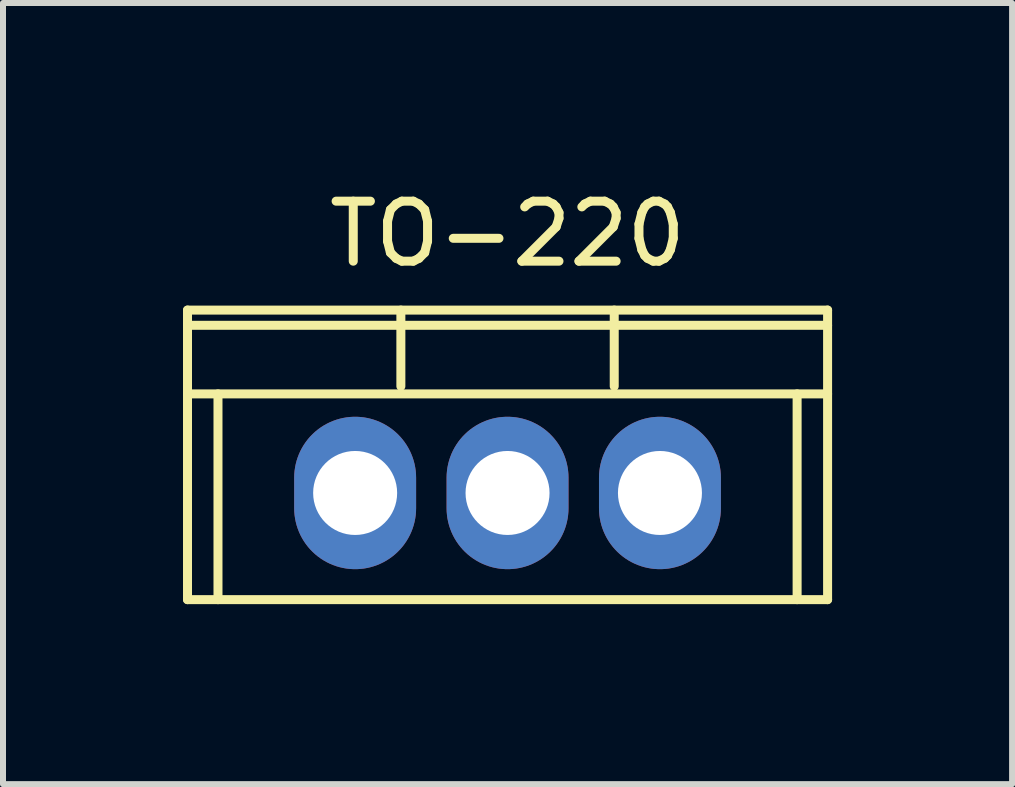
<source format=kicad_pcb>
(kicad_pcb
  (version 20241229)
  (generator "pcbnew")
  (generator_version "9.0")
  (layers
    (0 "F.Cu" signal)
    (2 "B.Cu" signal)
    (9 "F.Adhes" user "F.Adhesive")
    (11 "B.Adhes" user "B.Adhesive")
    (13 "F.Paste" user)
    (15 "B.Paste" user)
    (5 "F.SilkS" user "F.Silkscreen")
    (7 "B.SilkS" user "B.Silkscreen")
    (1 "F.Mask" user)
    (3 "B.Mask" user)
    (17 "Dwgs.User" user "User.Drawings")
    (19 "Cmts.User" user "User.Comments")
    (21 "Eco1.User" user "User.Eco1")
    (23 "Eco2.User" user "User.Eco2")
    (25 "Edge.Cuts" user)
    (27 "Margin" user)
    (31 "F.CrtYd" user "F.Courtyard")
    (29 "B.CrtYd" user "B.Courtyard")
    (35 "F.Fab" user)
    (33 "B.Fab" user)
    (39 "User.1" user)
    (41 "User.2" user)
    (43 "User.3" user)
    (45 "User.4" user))
  (footprint "TO-220"
    (layer "F.Cu")
    (at 5.409 5.166)
    (property "Reference" "TO-220" (at 0 -4.318 0) (layer "F.SilkS") (effects (font (size 1 1) (thickness 0.15))))
    (attr through_hole)
    (fp_line (start -5.334 -3.048) (end -5.334 1.778) (stroke (width 0.15) (type solid)) (layer "F.SilkS"))
    (fp_line (start -5.334 -1.651) (end 5.334 -1.651) (stroke (width 0.15) (type solid)) (layer "F.SilkS"))
    (fp_line (start -4.826 -1.651) (end -4.826 1.778) (stroke (width 0.15) (type solid)) (layer "F.SilkS"))
    (fp_line (start -1.778 -1.778) (end -1.778 -3.048) (stroke (width 0.15) (type solid)) (layer "F.SilkS"))
    (fp_line (start 1.778 -1.778) (end 1.778 -3.048) (stroke (width 0.15) (type solid)) (layer "F.SilkS"))
    (fp_line (start 4.826 -1.651) (end 4.826 1.778) (stroke (width 0.15) (type solid)) (layer "F.SilkS"))
    (fp_line (start 5.334 -3.048) (end -5.334 -3.048) (stroke (width 0.15) (type solid)) (layer "F.SilkS"))
    (fp_line (start 5.334 -3.048) (end 5.334 1.778) (stroke (width 0.15) (type solid)) (layer "F.SilkS"))
    (fp_line (start 5.334 -2.794) (end -5.334 -2.794) (stroke (width 0.15) (type solid)) (layer "F.SilkS"))
    (fp_line (start 5.334 1.778) (end -5.334 1.778) (stroke (width 0.15) (type solid)) (layer "F.SilkS"))
    (pad "1" thru_hole oval (at -2.54 0) (size 2.032 2.54) (drill 1.4) (layers "*.Cu" "*.Mask"))
    (pad "2" thru_hole oval (at 0 0) (size 2.032 2.54) (drill 1.4) (layers "*.Cu" "*.Mask"))
    (pad "3" thru_hole oval (at 2.54 0) (size 2.032 2.54) (drill 1.4) (layers "*.Cu" "*.Mask")))
  (gr_rect
    (start -3 -3)
    (end 13.818 10.019)
    (stroke (width 0.1) (type default))
    (fill no)
    (layer "Edge.Cuts")))
</source>
